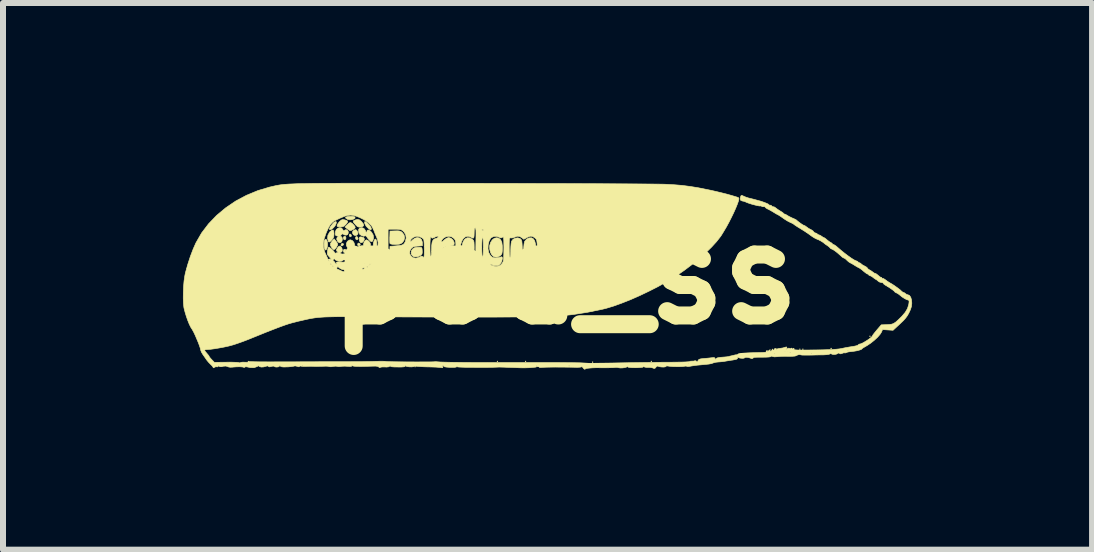
<source format=kicad_pcb>
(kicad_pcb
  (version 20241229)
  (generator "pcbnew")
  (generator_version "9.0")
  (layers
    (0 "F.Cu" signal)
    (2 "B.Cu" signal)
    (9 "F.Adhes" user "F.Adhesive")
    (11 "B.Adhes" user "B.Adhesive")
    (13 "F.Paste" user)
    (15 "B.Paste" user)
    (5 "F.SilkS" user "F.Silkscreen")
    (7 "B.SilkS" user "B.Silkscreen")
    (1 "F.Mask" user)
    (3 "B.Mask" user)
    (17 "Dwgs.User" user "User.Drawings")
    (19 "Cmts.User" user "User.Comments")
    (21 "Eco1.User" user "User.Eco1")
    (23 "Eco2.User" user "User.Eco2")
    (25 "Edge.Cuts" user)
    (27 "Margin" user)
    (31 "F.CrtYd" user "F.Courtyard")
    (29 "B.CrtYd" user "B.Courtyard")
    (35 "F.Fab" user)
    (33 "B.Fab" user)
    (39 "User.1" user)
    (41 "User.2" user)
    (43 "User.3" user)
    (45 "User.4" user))
  (footprint "pod_ss"
    (layer "F.Cu")
    (at 6.366 1.52)
    (property "Reference" "pod_ss" (at 0 0 0) (layer "F.SilkS") (effects (font (size 1.524 1.524) (thickness 0.3))))
    (attr through_hole)
    (fp_poly (pts (xy -2.489 1.543) (xy -2.496 1.549) (xy -2.502 1.543) (xy -2.496 1.537) (xy -2.489 1.543)) (stroke (width 0.01) (type solid)) (fill yes) (layer "F.SilkS"))
    (fp_poly (pts (xy -1.118 1.454) (xy -1.124 1.46) (xy -1.13 1.454) (xy -1.124 1.448) (xy -1.118 1.454)) (stroke (width 0.01) (type solid)) (fill yes) (layer "F.SilkS"))
    (fp_poly (pts (xy -0.648 1.454) (xy -0.654 1.46) (xy -0.66 1.454) (xy -0.654 1.448) (xy -0.648 1.454)) (stroke (width 0.01) (type solid)) (fill yes) (layer "F.SilkS"))
    (fp_poly (pts (xy 0.47 1.467) (xy 0.464 1.473) (xy 0.457 1.467) (xy 0.464 1.46) (xy 0.47 1.467)) (stroke (width 0.01) (type solid)) (fill yes) (layer "F.SilkS"))
    (fp_poly (pts (xy 1.448 1.454) (xy 1.441 1.46) (xy 1.435 1.454) (xy 1.441 1.448) (xy 1.448 1.454)) (stroke (width 0.01) (type solid)) (fill yes) (layer "F.SilkS"))
    (fp_poly (pts (xy 3.785 1.238) (xy 3.778 1.245) (xy 3.772 1.238) (xy 3.778 1.232) (xy 3.785 1.238)) (stroke (width 0.01) (type solid)) (fill yes) (layer "F.SilkS"))
    (fp_poly (pts (xy 3.924 1.251) (xy 3.918 1.257) (xy 3.912 1.251) (xy 3.918 1.245) (xy 3.924 1.251)) (stroke (width 0.01) (type solid)) (fill yes) (layer "F.SilkS"))
    (fp_poly (pts (xy 3.975 1.251) (xy 3.969 1.257) (xy 3.962 1.251) (xy 3.969 1.245) (xy 3.975 1.251)) (stroke (width 0.01) (type solid)) (fill yes) (layer "F.SilkS"))
    (fp_poly (pts (xy 4.445 1.238) (xy 4.439 1.245) (xy 4.432 1.238) (xy 4.439 1.232) (xy 4.445 1.238)) (stroke (width 0.01) (type solid)) (fill yes) (layer "F.SilkS"))
    (fp_poly (pts (xy 5.093 1.035) (xy 5.086 1.041) (xy 5.08 1.035) (xy 5.086 1.029) (xy 5.093 1.035)) (stroke (width 0.01) (type solid)) (fill yes) (layer "F.SilkS"))
    (fp_poly (pts (xy -3.691 -0.503) (xy -3.689 -0.495) (xy -3.7 -0.478) (xy -3.713 -0.472) (xy -3.73 -0.475) (xy -3.732 -0.491) (xy -3.72 -0.509) (xy -3.703 -0.514) (xy -3.691 -0.503)) (stroke (width 0.01) (type solid)) (fill yes) (layer "F.SilkS"))
    (fp_poly (pts (xy -3.56 -0.652) (xy -3.558 -0.643) (xy -3.564 -0.625) (xy -3.574 -0.622) (xy -3.591 -0.633) (xy -3.594 -0.649) (xy -3.587 -0.667) (xy -3.573 -0.668) (xy -3.56 -0.652)) (stroke (width 0.01) (type solid)) (fill yes) (layer "F.SilkS"))
    (fp_poly (pts (xy -3.413 -0.506) (xy -3.41 -0.495) (xy -3.421 -0.477) (xy -3.432 -0.472) (xy -3.45 -0.477) (xy -3.454 -0.495) (xy -3.448 -0.516) (xy -3.432 -0.518) (xy -3.413 -0.506)) (stroke (width 0.01) (type solid)) (fill yes) (layer "F.SilkS"))
    (fp_poly (pts (xy 3.374 1.278) (xy 3.372 1.283) (xy 3.36 1.295) (xy 3.358 1.295) (xy 3.357 1.287) (xy 3.359 1.283) (xy 3.371 1.271) (xy 3.373 1.27) (xy 3.374 1.278)) (stroke (width 0.01) (type solid)) (fill yes) (layer "F.SilkS"))
    (fp_poly (pts (xy -3.459 -0.621) (xy -3.455 -0.617) (xy -3.446 -0.594) (xy -3.455 -0.576) (xy -3.468 -0.572) (xy -3.483 -0.582) (xy -3.488 -0.591) (xy -3.489 -0.615) (xy -3.477 -0.627) (xy -3.459 -0.621)) (stroke (width 0.01) (type solid)) (fill yes) (layer "F.SilkS"))
    (fp_poly (pts (xy -3.661 -0.63) (xy -3.656 -0.626) (xy -3.648 -0.605) (xy -3.653 -0.583) (xy -3.669 -0.572) (xy -3.67 -0.572) (xy -3.686 -0.582) (xy -3.691 -0.591) (xy -3.692 -0.615) (xy -3.679 -0.63) (xy -3.661 -0.63)) (stroke (width 0.01) (type solid)) (fill yes) (layer "F.SilkS"))
    (fp_poly (pts (xy -3.661 -0.414) (xy -3.656 -0.41) (xy -3.648 -0.389) (xy -3.653 -0.367) (xy -3.669 -0.356) (xy -3.67 -0.356) (xy -3.686 -0.366) (xy -3.691 -0.376) (xy -3.692 -0.399) (xy -3.679 -0.414) (xy -3.661 -0.414)) (stroke (width 0.01) (type solid)) (fill yes) (layer "F.SilkS"))
    (fp_poly (pts (xy -3.47 -0.731) (xy -3.461 -0.719) (xy -3.449 -0.691) (xy -3.449 -0.67) (xy -3.468 -0.649) (xy -3.497 -0.644) (xy -3.524 -0.656) (xy -3.542 -0.687) (xy -3.536 -0.715) (xy -3.512 -0.734) (xy -3.486 -0.742) (xy -3.47 -0.731)) (stroke (width 0.01) (type solid)) (fill yes) (layer "F.SilkS"))
    (fp_poly (pts (xy -3.388 -0.62) (xy -3.354 -0.609) (xy -3.341 -0.586) (xy -3.352 -0.555) (xy -3.36 -0.545) (xy -3.382 -0.525) (xy -3.399 -0.524) (xy -3.414 -0.536) (xy -3.425 -0.559) (xy -3.429 -0.588) (xy -3.426 -0.612) (xy -3.414 -0.621) (xy -3.388 -0.62)) (stroke (width 0.01) (type solid)) (fill yes) (layer "F.SilkS"))
    (fp_poly (pts (xy -3.816 -0.551) (xy -3.792 -0.517) (xy -3.787 -0.488) (xy -3.802 -0.457) (xy -3.811 -0.443) (xy -3.834 -0.415) (xy -3.853 -0.409) (xy -3.873 -0.425) (xy -3.885 -0.44) (xy -3.907 -0.477) (xy -3.907 -0.511) (xy -3.884 -0.546) (xy -3.879 -0.553) (xy -3.846 -0.588) (xy -3.816 -0.551)) (stroke (width 0.01) (type solid)) (fill yes) (layer "F.SilkS"))
    (fp_poly (pts (xy -3.549 -0.849) (xy -3.527 -0.828) (xy -3.5 -0.796) (xy -3.495 -0.773) (xy -3.512 -0.754) (xy -3.53 -0.743) (xy -3.561 -0.729) (xy -3.583 -0.727) (xy -3.606 -0.739) (xy -3.626 -0.755) (xy -3.664 -0.785) (xy -3.627 -0.824) (xy -3.596 -0.853) (xy -3.573 -0.861) (xy -3.549 -0.849)) (stroke (width 0.01) (type solid)) (fill yes) (layer "F.SilkS"))
    (fp_poly (pts (xy -3.542 -0.56) (xy -3.518 -0.532) (xy -3.505 -0.496) (xy -3.507 -0.459) (xy -3.52 -0.434) (xy -3.55 -0.421) (xy -3.587 -0.422) (xy -3.619 -0.437) (xy -3.624 -0.442) (xy -3.642 -0.478) (xy -3.641 -0.515) (xy -3.624 -0.548) (xy -3.593 -0.568) (xy -3.573 -0.572) (xy -3.542 -0.56)) (stroke (width 0.01) (type solid)) (fill yes) (layer "F.SilkS"))
    (fp_poly (pts (xy -3.309 -0.867) (xy -3.282 -0.843) (xy -3.255 -0.813) (xy -3.234 -0.783) (xy -3.226 -0.762) (xy -3.229 -0.742) (xy -3.242 -0.739) (xy -3.267 -0.755) (xy -3.286 -0.772) (xy -3.311 -0.798) (xy -3.329 -0.829) (xy -3.339 -0.856) (xy -3.337 -0.873) (xy -3.329 -0.876) (xy -3.309 -0.867)) (stroke (width 0.01) (type solid)) (fill yes) (layer "F.SilkS"))
    (fp_poly (pts (xy -3.147 -0.577) (xy -3.138 -0.547) (xy -3.134 -0.497) (xy -3.134 -0.493) (xy -3.137 -0.445) (xy -3.146 -0.419) (xy -3.16 -0.416) (xy -3.177 -0.437) (xy -3.181 -0.443) (xy -3.193 -0.477) (xy -3.193 -0.51) (xy -3.188 -0.534) (xy -3.173 -0.572) (xy -3.159 -0.586) (xy -3.147 -0.577)) (stroke (width 0.01) (type solid)) (fill yes) (layer "F.SilkS"))
    (fp_poly (pts (xy -3.973 -0.574) (xy -3.962 -0.551) (xy -3.956 -0.518) (xy -3.955 -0.481) (xy -3.961 -0.445) (xy -3.965 -0.433) (xy -3.978 -0.407) (xy -3.989 -0.402) (xy -3.997 -0.408) (xy -4.007 -0.43) (xy -4.012 -0.468) (xy -4.013 -0.51) (xy -4.009 -0.548) (xy -4.002 -0.57) (xy -3.987 -0.582) (xy -3.973 -0.574)) (stroke (width 0.01) (type solid)) (fill yes) (layer "F.SilkS"))
    (fp_poly (pts (xy -3.851 -0.712) (xy -3.848 -0.673) (xy -3.851 -0.629) (xy -3.863 -0.598) (xy -3.884 -0.571) (xy -3.912 -0.544) (xy -3.929 -0.535) (xy -3.939 -0.54) (xy -3.941 -0.543) (xy -3.956 -0.595) (xy -3.95 -0.649) (xy -3.922 -0.699) (xy -3.912 -0.711) (xy -3.882 -0.734) (xy -3.862 -0.735) (xy -3.851 -0.712)) (stroke (width 0.01) (type solid)) (fill yes) (layer "F.SilkS"))
    (fp_poly (pts (xy -3.808 -0.869) (xy -3.813 -0.841) (xy -3.814 -0.837) (xy -3.831 -0.805) (xy -3.855 -0.776) (xy -3.881 -0.753) (xy -3.904 -0.741) (xy -3.92 -0.741) (xy -3.924 -0.753) (xy -3.917 -0.774) (xy -3.898 -0.805) (xy -3.874 -0.836) (xy -3.852 -0.86) (xy -3.845 -0.866) (xy -3.819 -0.877) (xy -3.808 -0.869)) (stroke (width 0.01) (type solid)) (fill yes) (layer "F.SilkS"))
    (fp_poly (pts (xy -3.544 -0.964) (xy -3.512 -0.959) (xy -3.498 -0.951) (xy -3.498 -0.933) (xy -3.517 -0.919) (xy -3.547 -0.909) (xy -3.582 -0.905) (xy -3.615 -0.911) (xy -3.626 -0.916) (xy -3.651 -0.932) (xy -3.657 -0.942) (xy -3.647 -0.951) (xy -3.645 -0.953) (xy -3.62 -0.961) (xy -3.583 -0.964) (xy -3.544 -0.964)) (stroke (width 0.01) (type solid)) (fill yes) (layer "F.SilkS"))
    (fp_poly (pts (xy -3.428 -0.907) (xy -3.396 -0.883) (xy -3.39 -0.877) (xy -3.36 -0.84) (xy -3.353 -0.811) (xy -3.37 -0.793) (xy -3.4 -0.785) (xy -3.432 -0.784) (xy -3.457 -0.793) (xy -3.484 -0.818) (xy -3.489 -0.824) (xy -3.518 -0.857) (xy -3.528 -0.877) (xy -3.521 -0.891) (xy -3.498 -0.902) (xy -3.458 -0.913) (xy -3.428 -0.907)) (stroke (width 0.01) (type solid)) (fill yes) (layer "F.SilkS"))
    (fp_poly (pts (xy -1.867 -0.442) (xy -1.845 -0.419) (xy -1.841 -0.4) (xy -1.852 -0.349) (xy -1.884 -0.311) (xy -1.905 -0.299) (xy -1.942 -0.283) (xy -1.973 -0.283) (xy -2.004 -0.295) (xy -2.033 -0.32) (xy -2.042 -0.352) (xy -2.033 -0.387) (xy -2.007 -0.419) (xy -1.967 -0.441) (xy -1.957 -0.444) (xy -1.906 -0.451) (xy -1.867 -0.442)) (stroke (width 0.01) (type solid)) (fill yes) (layer "F.SilkS"))
    (fp_poly (pts (xy -3.679 -0.907) (xy -3.679 -0.907) (xy -3.638 -0.896) (xy -3.621 -0.883) (xy -3.625 -0.862) (xy -3.65 -0.829) (xy -3.652 -0.826) (xy -3.679 -0.801) (xy -3.708 -0.789) (xy -3.741 -0.787) (xy -3.777 -0.789) (xy -3.794 -0.797) (xy -3.797 -0.81) (xy -3.789 -0.832) (xy -3.768 -0.862) (xy -3.758 -0.874) (xy -3.73 -0.9) (xy -3.707 -0.91) (xy -3.679 -0.907)) (stroke (width 0.01) (type solid)) (fill yes) (layer "F.SilkS"))
    (fp_poly (pts (xy -2.401 -0.448) (xy -2.386 -0.44) (xy -2.38 -0.423) (xy -2.378 -0.394) (xy -2.377 -0.391) (xy -2.377 -0.352) (xy -2.384 -0.329) (xy -2.402 -0.313) (xy -2.403 -0.313) (xy -2.456 -0.289) (xy -2.506 -0.288) (xy -2.527 -0.295) (xy -2.555 -0.321) (xy -2.564 -0.355) (xy -2.557 -0.391) (xy -2.535 -0.422) (xy -2.501 -0.442) (xy -2.48 -0.446) (xy -2.43 -0.449) (xy -2.401 -0.448)) (stroke (width 0.01) (type solid)) (fill yes) (layer "F.SilkS"))
    (fp_poly (pts (xy -2.751 -0.718) (xy -2.728 -0.708) (xy -2.71 -0.694) (xy -2.68 -0.654) (xy -2.671 -0.606) (xy -2.683 -0.56) (xy -2.709 -0.526) (xy -2.734 -0.508) (xy -2.763 -0.499) (xy -2.805 -0.496) (xy -2.827 -0.495) (xy -2.879 -0.498) (xy -2.908 -0.505) (xy -2.916 -0.512) (xy -2.918 -0.533) (xy -2.919 -0.571) (xy -2.919 -0.618) (xy -2.918 -0.623) (xy -2.915 -0.718) (xy -2.83 -0.721) (xy -2.782 -0.722) (xy -2.751 -0.718)) (stroke (width 0.01) (type solid)) (fill yes) (layer "F.SilkS"))
    (fp_poly (pts (xy -1.586 -0.605) (xy -1.545 -0.583) (xy -1.529 -0.569) (xy -1.519 -0.553) (xy -1.514 -0.529) (xy -1.512 -0.491) (xy -1.511 -0.445) (xy -1.512 -0.39) (xy -1.514 -0.355) (xy -1.52 -0.333) (xy -1.531 -0.318) (xy -1.545 -0.306) (xy -1.59 -0.283) (xy -1.636 -0.285) (xy -1.655 -0.294) (xy -1.684 -0.324) (xy -1.703 -0.37) (xy -1.713 -0.427) (xy -1.711 -0.486) (xy -1.697 -0.539) (xy -1.668 -0.584) (xy -1.629 -0.606) (xy -1.586 -0.605)) (stroke (width 0.01) (type solid)) (fill yes) (layer "F.SilkS"))
    (fp_poly (pts (xy -1.1 -0.598) (xy -1.07 -0.573) (xy -1.051 -0.535) (xy -1.043 -0.478) (xy -1.041 -0.439) (xy -1.043 -0.382) (xy -1.048 -0.346) (xy -1.06 -0.322) (xy -1.081 -0.305) (xy -1.093 -0.298) (xy -1.131 -0.283) (xy -1.162 -0.284) (xy -1.19 -0.295) (xy -1.217 -0.32) (xy -1.239 -0.362) (xy -1.252 -0.413) (xy -1.254 -0.464) (xy -1.254 -0.472) (xy -1.238 -0.528) (xy -1.21 -0.571) (xy -1.174 -0.599) (xy -1.133 -0.607) (xy -1.1 -0.598)) (stroke (width 0.01) (type solid)) (fill yes) (layer "F.SilkS"))
    (fp_poly (pts (xy -3.281 -0.561) (xy -3.255 -0.535) (xy -3.24 -0.503) (xy -3.239 -0.491) (xy -3.25 -0.456) (xy -3.278 -0.429) (xy -3.313 -0.419) (xy -3.334 -0.412) (xy -3.34 -0.401) (xy -3.352 -0.382) (xy -3.382 -0.37) (xy -3.405 -0.368) (xy -3.423 -0.373) (xy -3.428 -0.392) (xy -3.427 -0.408) (xy -3.416 -0.444) (xy -3.397 -0.464) (xy -3.375 -0.465) (xy -3.358 -0.452) (xy -3.344 -0.436) (xy -3.341 -0.441) (xy -3.349 -0.463) (xy -3.353 -0.471) (xy -3.357 -0.498) (xy -3.348 -0.531) (xy -3.331 -0.558) (xy -3.31 -0.571) (xy -3.308 -0.572) (xy -3.281 -0.561)) (stroke (width 0.01) (type solid)) (fill yes) (layer "F.SilkS"))
    (fp_poly (pts (xy -3.35 -0.763) (xy -3.325 -0.729) (xy -3.314 -0.695) (xy -3.305 -0.654) (xy -3.303 -0.695) (xy -3.296 -0.727) (xy -3.277 -0.737) (xy -3.249 -0.725) (xy -3.221 -0.698) (xy -3.195 -0.653) (xy -3.188 -0.605) (xy -3.199 -0.561) (xy -3.204 -0.554) (xy -3.216 -0.541) (xy -3.23 -0.542) (xy -3.251 -0.561) (xy -3.253 -0.562) (xy -3.281 -0.592) (xy -3.301 -0.621) (xy -3.301 -0.621) (xy -3.317 -0.64) (xy -3.331 -0.637) (xy -3.357 -0.632) (xy -3.387 -0.642) (xy -3.417 -0.661) (xy -3.433 -0.691) (xy -3.436 -0.705) (xy -3.438 -0.745) (xy -3.422 -0.767) (xy -3.387 -0.774) (xy -3.383 -0.775) (xy -3.35 -0.763)) (stroke (width 0.01) (type solid)) (fill yes) (layer "F.SilkS"))
    (fp_poly (pts (xy -3.72 -0.767) (xy -3.701 -0.742) (xy -3.699 -0.737) (xy -3.692 -0.72) (xy -3.679 -0.726) (xy -3.674 -0.731) (xy -3.649 -0.742) (xy -3.626 -0.734) (xy -3.611 -0.71) (xy -3.609 -0.688) (xy -3.62 -0.66) (xy -3.644 -0.65) (xy -3.673 -0.653) (xy -3.689 -0.663) (xy -3.702 -0.673) (xy -3.718 -0.664) (xy -3.725 -0.657) (xy -3.739 -0.64) (xy -3.735 -0.63) (xy -3.728 -0.627) (xy -3.713 -0.61) (xy -3.709 -0.58) (xy -3.715 -0.55) (xy -3.724 -0.536) (xy -3.75 -0.522) (xy -3.776 -0.533) (xy -3.791 -0.551) (xy -3.804 -0.585) (xy -3.796 -0.613) (xy -3.774 -0.626) (xy -3.768 -0.631) (xy -3.786 -0.633) (xy -3.786 -0.634) (xy -3.815 -0.641) (xy -3.828 -0.662) (xy -3.826 -0.701) (xy -3.824 -0.712) (xy -3.808 -0.746) (xy -3.781 -0.767) (xy -3.749 -0.775) (xy -3.72 -0.767)) (stroke (width 0.01) (type solid)) (fill yes) (layer "F.SilkS"))
    (fp_poly (pts (xy -2.956 -1.515) (xy -2.717 -1.515) (xy -2.456 -1.515) (xy -2.172 -1.514) (xy -1.865 -1.514) (xy -1.556 -1.514) (xy -1.279 -1.513) (xy -1.007 -1.513) (xy -0.741 -1.512) (xy -0.482 -1.511) (xy -0.231 -1.511) (xy 0.01 -1.51) (xy 0.24 -1.509) (xy 0.457 -1.508) (xy 0.662 -1.507) (xy 0.851 -1.506) (xy 1.025 -1.505) (xy 1.182 -1.504) (xy 1.32 -1.503) (xy 1.438 -1.502) (xy 1.536 -1.501) (xy 1.611 -1.5) (xy 1.663 -1.499) (xy 1.683 -1.498) (xy 1.826 -1.49) (xy 1.958 -1.479) (xy 2.087 -1.462) (xy 2.219 -1.441) (xy 2.364 -1.412) (xy 2.442 -1.396) (xy 2.525 -1.377) (xy 2.608 -1.357) (xy 2.688 -1.337) (xy 2.76 -1.317) (xy 2.822 -1.299) (xy 2.868 -1.285) (xy 2.895 -1.274) (xy 2.899 -1.271) (xy 2.902 -1.252) (xy 2.893 -1.215) (xy 2.874 -1.162) (xy 2.848 -1.098) (xy 2.815 -1.024) (xy 2.777 -0.946) (xy 2.736 -0.865) (xy 2.693 -0.786) (xy 2.649 -0.712) (xy 2.608 -0.645) (xy 2.594 -0.625) (xy 2.53 -0.543) (xy 2.447 -0.452) (xy 2.348 -0.355) (xy 2.237 -0.256) (xy 2.117 -0.158) (xy 1.991 -0.063) (xy 1.864 0.025) (xy 1.822 0.052) (xy 1.691 0.131) (xy 1.549 0.21) (xy 1.399 0.286) (xy 1.246 0.359) (xy 1.094 0.426) (xy 0.947 0.484) (xy 0.811 0.533) (xy 0.688 0.57) (xy 0.627 0.585) (xy 0.377 0.636) (xy 0.141 0.673) (xy -0.077 0.697) (xy -0.119 0.7) (xy -0.178 0.703) (xy -0.262 0.706) (xy -0.37 0.708) (xy -0.499 0.71) (xy -0.65 0.712) (xy -0.822 0.714) (xy -1.013 0.715) (xy -1.222 0.716) (xy -1.449 0.716) (xy -1.691 0.716) (xy -1.95 0.716) (xy -2.222 0.715) (xy -2.508 0.714) (xy -2.806 0.713) (xy -3.023 0.712) (xy -3.212 0.71) (xy -3.379 0.71) (xy -3.524 0.709) (xy -3.649 0.709) (xy -3.758 0.709) (xy -3.851 0.71) (xy -3.932 0.712) (xy -4.001 0.714) (xy -4.062 0.718) (xy -4.115 0.722) (xy -4.164 0.728) (xy -4.209 0.735) (xy -4.254 0.743) (xy -4.301 0.753) (xy -4.35 0.764) (xy -4.405 0.777) (xy -4.43 0.782) (xy -4.489 0.797) (xy -4.544 0.811) (xy -4.6 0.827) (xy -4.658 0.846) (xy -4.722 0.869) (xy -4.795 0.896) (xy -4.88 0.929) (xy -4.98 0.968) (xy -5.098 1.016) (xy -5.207 1.06) (xy -5.286 1.092) (xy -5.367 1.123) (xy -5.443 1.15) (xy -5.508 1.172) (xy -5.537 1.181) (xy -5.604 1.199) (xy -5.682 1.216) (xy -5.763 1.231) (xy -5.841 1.244) (xy -5.909 1.253) (xy -5.96 1.257) (xy -5.966 1.257) (xy -5.995 1.26) (xy -6.005 1.269) (xy -5.995 1.288) (xy -5.969 1.319) (xy -5.946 1.346) (xy -5.932 1.365) (xy -5.931 1.369) (xy -5.923 1.383) (xy -5.902 1.408) (xy -5.887 1.424) (xy -5.843 1.47) (xy -5.642 1.468) (xy -5.571 1.467) (xy -5.509 1.469) (xy -5.462 1.471) (xy -5.432 1.475) (xy -5.426 1.477) (xy -5.412 1.482) (xy -5.41 1.476) (xy -5.399 1.47) (xy -5.367 1.467) (xy -5.34 1.468) (xy -5.298 1.469) (xy -5.279 1.465) (xy -5.278 1.458) (xy -5.279 1.45) (xy -5.271 1.454) (xy -5.264 1.456) (xy -5.25 1.458) (xy -5.226 1.459) (xy -5.192 1.46) (xy -5.145 1.461) (xy -5.084 1.462) (xy -5.007 1.462) (xy -4.912 1.463) (xy -4.799 1.462) (xy -4.664 1.462) (xy -4.507 1.462) (xy -4.381 1.461) (xy -4.299 1.461) (xy -4.198 1.461) (xy -4.083 1.46) (xy -3.962 1.46) (xy -3.84 1.46) (xy -3.724 1.46) (xy -3.715 1.46) (xy -3.607 1.46) (xy -3.499 1.459) (xy -3.396 1.459) (xy -3.303 1.457) (xy -3.224 1.456) (xy -3.165 1.454) (xy -3.152 1.454) (xy -3.091 1.452) (xy -3.039 1.452) (xy -3 1.453) (xy -2.982 1.456) (xy -2.982 1.456) (xy -2.967 1.457) (xy -2.931 1.459) (xy -2.876 1.46) (xy -2.808 1.461) (xy -2.729 1.462) (xy -2.643 1.463) (xy -2.554 1.463) (xy -2.466 1.464) (xy -2.382 1.463) (xy -2.306 1.463) (xy -2.243 1.463) (xy -2.194 1.462) (xy -2.165 1.46) (xy -2.159 1.46) (xy -2.142 1.46) (xy -2.141 1.46) (xy -2.117 1.462) (xy -2.074 1.465) (xy -2.011 1.467) (xy -1.927 1.469) (xy -1.823 1.47) (xy -1.698 1.472) (xy -1.55 1.473) (xy -1.38 1.473) (xy -1.187 1.474) (xy -0.971 1.474) (xy -0.73 1.474) (xy -0.465 1.474) (xy -0.318 1.474) (xy -0.203 1.474) (xy -0.091 1.474) (xy 0.014 1.475) (xy 0.109 1.476) (xy 0.189 1.477) (xy 0.251 1.478) (xy 0.292 1.48) (xy 0.292 1.48) (xy 0.347 1.483) (xy 0.393 1.486) (xy 0.424 1.487) (xy 0.432 1.487) (xy 0.448 1.487) (xy 0.487 1.486) (xy 0.546 1.485) (xy 0.622 1.484) (xy 0.713 1.483) (xy 0.815 1.481) (xy 0.925 1.479) (xy 0.978 1.478) (xy 1.106 1.476) (xy 1.238 1.474) (xy 1.37 1.472) (xy 1.496 1.471) (xy 1.612 1.469) (xy 1.713 1.469) (xy 1.793 1.468) (xy 1.794 1.468) (xy 1.876 1.467) (xy 1.95 1.466) (xy 2.01 1.464) (xy 2.055 1.461) (xy 2.079 1.459) (xy 2.083 1.457) (xy 2.094 1.451) (xy 2.118 1.45) (xy 2.149 1.449) (xy 2.168 1.444) (xy 2.186 1.445) (xy 2.194 1.455) (xy 2.204 1.465) (xy 2.213 1.456) (xy 2.219 1.444) (xy 2.228 1.429) (xy 2.242 1.419) (xy 2.267 1.412) (xy 2.309 1.407) (xy 2.345 1.404) (xy 2.399 1.399) (xy 2.444 1.394) (xy 2.474 1.391) (xy 2.48 1.39) (xy 2.499 1.395) (xy 2.502 1.407) (xy 2.505 1.422) (xy 2.514 1.414) (xy 2.518 1.41) (xy 2.542 1.396) (xy 2.584 1.388) (xy 2.603 1.386) (xy 2.658 1.382) (xy 2.702 1.378) (xy 2.729 1.374) (xy 2.737 1.372) (xy 2.747 1.368) (xy 2.762 1.365) (xy 2.793 1.358) (xy 2.819 1.351) (xy 2.847 1.345) (xy 2.863 1.345) (xy 2.879 1.338) (xy 2.882 1.335) (xy 2.899 1.327) (xy 3.493 1.327) (xy 3.499 1.333) (xy 3.505 1.327) (xy 4.102 1.327) (xy 4.108 1.333) (xy 4.115 1.327) (xy 4.108 1.321) (xy 4.102 1.327) (xy 3.505 1.327) (xy 3.499 1.321) (xy 3.493 1.327) (xy 2.899 1.327) (xy 2.9 1.327) (xy 2.941 1.32) (xy 3.005 1.315) (xy 3.089 1.311) (xy 3.193 1.308) (xy 3.226 1.307) (xy 3.29 1.306) (xy 3.334 1.303) (xy 3.35 1.3) (xy 3.751 1.3) (xy 3.752 1.307) (xy 3.759 1.308) (xy 3.77 1.303) (xy 3.768 1.3) (xy 3.753 1.298) (xy 3.751 1.3) (xy 3.35 1.3) (xy 3.363 1.297) (xy 3.383 1.288) (xy 3.393 1.281) (xy 3.416 1.262) (xy 3.425 1.26) (xy 3.422 1.274) (xy 3.421 1.276) (xy 3.421 1.29) (xy 3.434 1.288) (xy 3.435 1.287) (xy 3.662 1.287) (xy 3.664 1.294) (xy 3.67 1.295) (xy 3.681 1.291) (xy 3.68 1.289) (xy 3.708 1.289) (xy 3.715 1.295) (xy 3.721 1.289) (xy 3.715 1.283) (xy 3.708 1.289) (xy 3.68 1.289) (xy 3.679 1.287) (xy 3.664 1.285) (xy 3.662 1.287) (xy 3.435 1.287) (xy 3.446 1.276) (xy 4.712 1.276) (xy 4.718 1.283) (xy 4.724 1.276) (xy 4.718 1.27) (xy 4.712 1.276) (xy 3.446 1.276) (xy 3.452 1.27) (xy 3.455 1.259) (xy 3.459 1.248) (xy 3.463 1.254) (xy 3.477 1.269) (xy 3.482 1.27) (xy 3.489 1.262) (xy 3.487 1.259) (xy 3.492 1.247) (xy 3.505 1.241) (xy 3.523 1.24) (xy 3.522 1.248) (xy 3.522 1.255) (xy 3.532 1.25) (xy 3.556 1.242) (xy 3.592 1.236) (xy 3.597 1.236) (xy 3.636 1.23) (xy 3.666 1.221) (xy 3.669 1.22) (xy 3.693 1.213) (xy 3.702 1.222) (xy 3.692 1.242) (xy 3.684 1.254) (xy 3.692 1.252) (xy 3.705 1.244) (xy 3.733 1.233) (xy 3.757 1.24) (xy 3.787 1.248) (xy 3.803 1.241) (xy 3.82 1.235) (xy 3.82 1.245) (xy 3.819 1.249) (xy 3.819 1.254) (xy 3.825 1.259) (xy 3.839 1.262) (xy 3.866 1.264) (xy 3.906 1.266) (xy 3.963 1.266) (xy 4.04 1.265) (xy 4.139 1.264) (xy 4.169 1.264) (xy 4.29 1.262) (xy 4.389 1.259) (xy 4.468 1.256) (xy 4.53 1.251) (xy 4.578 1.246) (xy 4.616 1.239) (xy 4.616 1.239) (xy 4.679 1.226) (xy 4.747 1.214) (xy 4.793 1.207) (xy 4.838 1.199) (xy 4.873 1.19) (xy 4.889 1.181) (xy 4.89 1.181) (xy 4.903 1.168) (xy 4.907 1.167) (xy 4.932 1.162) (xy 4.969 1.146) (xy 5.012 1.121) (xy 5.056 1.093) (xy 5.094 1.065) (xy 5.121 1.04) (xy 5.131 1.023) (xy 5.138 1.01) (xy 5.159 0.983) (xy 5.189 0.946) (xy 5.203 0.929) (xy 5.275 0.845) (xy 5.369 0.842) (xy 5.416 0.839) (xy 5.453 0.833) (xy 5.485 0.82) (xy 5.519 0.797) (xy 5.559 0.761) (xy 5.61 0.711) (xy 5.619 0.702) (xy 5.675 0.636) (xy 5.712 0.573) (xy 5.733 0.505) (xy 5.737 0.479) (xy 5.739 0.447) (xy 5.732 0.434) (xy 5.722 0.432) (xy 5.697 0.424) (xy 5.661 0.405) (xy 5.621 0.379) (xy 5.616 0.375) (xy 5.702 0.375) (xy 5.709 0.381) (xy 5.715 0.375) (xy 5.709 0.368) (xy 5.702 0.375) (xy 5.616 0.375) (xy 5.585 0.35) (xy 5.581 0.346) (xy 5.551 0.324) (xy 5.527 0.312) (xy 5.505 0.301) (xy 5.499 0.293) (xy 5.489 0.282) (xy 5.463 0.261) (xy 5.426 0.235) (xy 5.383 0.207) (xy 5.366 0.197) (xy 5.448 0.197) (xy 5.455 0.203) (xy 5.461 0.197) (xy 5.455 0.191) (xy 5.448 0.197) (xy 5.366 0.197) (xy 5.34 0.182) (xy 5.338 0.18) (xy 5.316 0.164) (xy 5.309 0.152) (xy 5.298 0.143) (xy 5.277 0.14) (xy 5.244 0.131) (xy 5.22 0.114) (xy 5.199 0.096) (xy 5.187 0.089) (xy 5.173 0.081) (xy 5.148 0.063) (xy 5.141 0.057) (xy 5.112 0.036) (xy 5.089 0.026) (xy 5.085 0.025) (xy 5.069 0.018) (xy 5.067 0.013) (xy 5.057 0.001) (xy 5.051 0) (xy 5.032 -0.008) (xy 5.004 -0.029) (xy 4.984 -0.045) (xy 4.95 -0.074) (xy 4.92 -0.096) (xy 4.909 -0.102) (xy 4.882 -0.116) (xy 4.846 -0.137) (xy 4.832 -0.146) (xy 4.796 -0.168) (xy 4.765 -0.185) (xy 4.756 -0.189) (xy 4.73 -0.206) (xy 4.701 -0.232) (xy 4.7 -0.234) (xy 4.676 -0.256) (xy 4.658 -0.266) (xy 4.657 -0.267) (xy 4.638 -0.274) (xy 4.624 -0.285) (xy 4.579 -0.325) (xy 4.547 -0.353) (xy 4.521 -0.374) (xy 4.498 -0.391) (xy 4.47 -0.409) (xy 4.449 -0.419) (xy 4.446 -0.419) (xy 4.429 -0.429) (xy 4.423 -0.436) (xy 4.406 -0.454) (xy 4.378 -0.475) (xy 4.375 -0.477) (xy 4.348 -0.495) (xy 4.332 -0.507) (xy 4.331 -0.508) (xy 4.307 -0.528) (xy 4.269 -0.552) (xy 4.229 -0.573) (xy 4.205 -0.582) (xy 4.171 -0.598) (xy 4.128 -0.624) (xy 4.097 -0.646) (xy 4.055 -0.677) (xy 4.013 -0.705) (xy 4.077 -0.705) (xy 4.083 -0.699) (xy 4.089 -0.705) (xy 4.083 -0.711) (xy 4.077 -0.705) (xy 4.013 -0.705) (xy 4.001 -0.713) (xy 3.945 -0.748) (xy 3.931 -0.757) (xy 3.886 -0.784) (xy 3.849 -0.808) (xy 3.827 -0.823) (xy 3.822 -0.827) (xy 3.808 -0.838) (xy 3.777 -0.854) (xy 3.756 -0.863) (xy 3.708 -0.888) (xy 3.659 -0.919) (xy 3.642 -0.931) (xy 3.604 -0.958) (xy 3.57 -0.98) (xy 3.556 -0.988) (xy 3.525 -1.004) (xy 3.487 -1.027) (xy 3.473 -1.036) (xy 3.432 -1.06) (xy 3.391 -1.082) (xy 3.381 -1.086) (xy 3.354 -1.102) (xy 3.34 -1.115) (xy 3.34 -1.117) (xy 3.33 -1.125) (xy 3.315 -1.124) (xy 3.291 -1.125) (xy 3.282 -1.131) (xy 3.268 -1.138) (xy 3.264 -1.137) (xy 3.246 -1.136) (xy 3.211 -1.142) (xy 3.166 -1.153) (xy 3.117 -1.166) (xy 3.07 -1.181) (xy 3.034 -1.194) (xy 3.026 -1.198) (xy 2.991 -1.213) (xy 2.961 -1.219) (xy 2.959 -1.219) (xy 2.933 -1.229) (xy 2.923 -1.255) (xy 2.929 -1.288) (xy 2.938 -1.309) (xy 2.951 -1.313) (xy 2.976 -1.302) (xy 2.977 -1.301) (xy 3.017 -1.284) (xy 3.06 -1.27) (xy 3.06 -1.27) (xy 3.145 -1.249) (xy 3.215 -1.23) (xy 3.266 -1.216) (xy 3.295 -1.206) (xy 3.296 -1.206) (xy 3.326 -1.195) (xy 3.362 -1.181) (xy 3.362 -1.181) (xy 3.39 -1.168) (xy 3.403 -1.156) (xy 3.404 -1.155) (xy 3.413 -1.149) (xy 3.421 -1.15) (xy 3.44 -1.147) (xy 3.446 -1.138) (xy 3.46 -1.124) (xy 3.47 -1.124) (xy 3.49 -1.121) (xy 3.516 -1.104) (xy 3.518 -1.102) (xy 3.551 -1.077) (xy 3.591 -1.052) (xy 3.597 -1.048) (xy 3.627 -1.03) (xy 3.643 -1.016) (xy 3.645 -1.013) (xy 3.655 -1.004) (xy 3.659 -1.003) (xy 3.678 -0.997) (xy 3.706 -0.981) (xy 3.706 -0.98) (xy 3.739 -0.961) (xy 3.782 -0.94) (xy 3.797 -0.933) (xy 3.832 -0.918) (xy 3.856 -0.905) (xy 3.861 -0.902) (xy 3.88 -0.884) (xy 3.91 -0.861) (xy 3.942 -0.838) (xy 3.97 -0.82) (xy 3.986 -0.813) (xy 3.986 -0.813) (xy 4.005 -0.805) (xy 4.016 -0.797) (xy 4.064 -0.762) (xy 4.112 -0.737) (xy 4.137 -0.72) (xy 4.148 -0.705) (xy 4.166 -0.689) (xy 4.179 -0.686) (xy 4.2 -0.679) (xy 4.206 -0.672) (xy 4.221 -0.659) (xy 4.233 -0.656) (xy 4.26 -0.645) (xy 4.281 -0.631) (xy 4.304 -0.615) (xy 4.317 -0.61) (xy 4.333 -0.602) (xy 4.359 -0.582) (xy 4.371 -0.571) (xy 4.402 -0.546) (xy 4.429 -0.529) (xy 4.435 -0.526) (xy 4.454 -0.515) (xy 4.458 -0.507) (xy 4.468 -0.496) (xy 4.475 -0.495) (xy 4.494 -0.487) (xy 4.523 -0.467) (xy 4.538 -0.454) (xy 4.599 -0.401) (xy 4.662 -0.35) (xy 4.724 -0.303) (xy 4.779 -0.264) (xy 4.824 -0.236) (xy 4.855 -0.222) (xy 4.856 -0.222) (xy 4.881 -0.212) (xy 4.889 -0.202) (xy 4.9 -0.192) (xy 4.908 -0.191) (xy 4.931 -0.181) (xy 4.936 -0.175) (xy 4.954 -0.159) (xy 4.985 -0.141) (xy 4.994 -0.137) (xy 5.024 -0.12) (xy 5.041 -0.106) (xy 5.042 -0.102) (xy 5.052 -0.089) (xy 5.077 -0.071) (xy 5.083 -0.069) (xy 5.115 -0.049) (xy 5.139 -0.031) (xy 5.141 -0.03) (xy 5.162 -0.015) (xy 5.173 -0.013) (xy 5.191 -0.005) (xy 5.218 0.016) (xy 5.228 0.025) (xy 5.254 0.046) (xy 5.272 0.055) (xy 5.275 0.054) (xy 5.283 0.056) (xy 5.283 0.062) (xy 5.29 0.072) (xy 5.295 0.071) (xy 5.311 0.073) (xy 5.337 0.089) (xy 5.342 0.093) (xy 5.377 0.119) (xy 5.411 0.141) (xy 5.411 0.141) (xy 5.455 0.166) (xy 5.503 0.198) (xy 5.549 0.231) (xy 5.587 0.26) (xy 5.606 0.278) (xy 5.629 0.298) (xy 5.646 0.305) (xy 5.666 0.314) (xy 5.677 0.324) (xy 5.701 0.34) (xy 5.715 0.343) (xy 5.744 0.354) (xy 5.766 0.385) (xy 5.779 0.429) (xy 5.784 0.483) (xy 5.778 0.539) (xy 5.761 0.592) (xy 5.734 0.65) (xy 5.709 0.694) (xy 5.681 0.732) (xy 5.646 0.772) (xy 5.597 0.819) (xy 5.583 0.832) (xy 5.471 0.936) (xy 5.384 0.93) (xy 5.296 0.924) (xy 5.278 0.967) (xy 5.253 1.006) (xy 5.212 1.053) (xy 5.159 1.102) (xy 5.099 1.15) (xy 5.038 1.191) (xy 5.012 1.206) (xy 4.979 1.225) (xy 4.957 1.24) (xy 4.953 1.245) (xy 4.942 1.255) (xy 4.911 1.266) (xy 4.869 1.277) (xy 4.822 1.285) (xy 4.776 1.291) (xy 4.776 1.291) (xy 4.735 1.295) (xy 4.705 1.302) (xy 4.695 1.307) (xy 4.674 1.314) (xy 4.667 1.312) (xy 4.643 1.313) (xy 4.623 1.321) (xy 4.596 1.329) (xy 4.579 1.321) (xy 4.561 1.314) (xy 4.554 1.319) (xy 4.535 1.331) (xy 4.502 1.339) (xy 4.469 1.339) (xy 4.45 1.332) (xy 4.428 1.325) (xy 4.416 1.332) (xy 4.396 1.338) (xy 4.358 1.343) (xy 4.308 1.346) (xy 4.279 1.346) (xy 4.208 1.347) (xy 4.129 1.349) (xy 4.058 1.35) (xy 4.047 1.35) (xy 3.996 1.35) (xy 3.956 1.349) (xy 3.933 1.346) (xy 3.929 1.344) (xy 3.914 1.34) (xy 3.888 1.345) (xy 3.861 1.356) (xy 3.853 1.361) (xy 3.835 1.366) (xy 3.797 1.369) (xy 3.748 1.37) (xy 3.726 1.37) (xy 3.665 1.369) (xy 3.603 1.371) (xy 3.554 1.375) (xy 3.545 1.376) (xy 3.492 1.379) (xy 3.461 1.372) (xy 3.459 1.371) (xy 3.444 1.363) (xy 3.442 1.369) (xy 3.433 1.376) (xy 3.406 1.381) (xy 3.357 1.384) (xy 3.286 1.385) (xy 3.277 1.385) (xy 3.218 1.385) (xy 3.18 1.386) (xy 3.156 1.388) (xy 3.143 1.394) (xy 3.135 1.402) (xy 3.135 1.403) (xy 3.117 1.408) (xy 3.096 1.401) (xy 3.065 1.391) (xy 3.033 1.386) (xy 3.007 1.388) (xy 2.997 1.395) (xy 2.986 1.401) (xy 2.961 1.403) (xy 2.931 1.401) (xy 2.906 1.396) (xy 2.899 1.392) (xy 2.884 1.385) (xy 2.874 1.389) (xy 2.876 1.396) (xy 2.878 1.407) (xy 2.868 1.416) (xy 2.84 1.424) (xy 2.792 1.433) (xy 2.773 1.435) (xy 2.724 1.443) (xy 2.681 1.45) (xy 2.654 1.455) (xy 2.622 1.459) (xy 2.579 1.463) (xy 2.559 1.464) (xy 2.516 1.469) (xy 2.48 1.478) (xy 2.469 1.482) (xy 2.444 1.491) (xy 2.402 1.499) (xy 2.355 1.504) (xy 2.271 1.512) (xy 2.205 1.518) (xy 2.153 1.525) (xy 2.107 1.532) (xy 2.092 1.535) (xy 2.057 1.54) (xy 2.036 1.539) (xy 2.032 1.536) (xy 2.022 1.532) (xy 1.997 1.535) (xy 1.965 1.54) (xy 1.916 1.542) (xy 1.859 1.542) (xy 1.802 1.541) (xy 1.753 1.537) (xy 1.72 1.532) (xy 1.718 1.532) (xy 1.695 1.529) (xy 1.689 1.536) (xy 1.678 1.544) (xy 1.651 1.549) (xy 1.616 1.548) (xy 1.582 1.544) (xy 1.562 1.537) (xy 1.541 1.532) (xy 1.522 1.547) (xy 1.519 1.552) (xy 1.501 1.571) (xy 1.48 1.57) (xy 1.47 1.565) (xy 1.439 1.557) (xy 1.398 1.554) (xy 1.391 1.555) (xy 1.354 1.554) (xy 1.328 1.548) (xy 1.324 1.546) (xy 1.31 1.541) (xy 1.308 1.546) (xy 1.296 1.552) (xy 1.263 1.556) (xy 1.214 1.559) (xy 1.181 1.56) (xy 1.123 1.559) (xy 1.08 1.556) (xy 1.057 1.551) (xy 1.054 1.548) (xy 1.045 1.542) (xy 1.032 1.548) (xy 1.003 1.557) (xy 0.964 1.563) (xy 0.925 1.564) (xy 0.897 1.56) (xy 0.894 1.559) (xy 0.872 1.554) (xy 0.84 1.555) (xy 0.837 1.556) (xy 0.801 1.559) (xy 0.747 1.56) (xy 0.679 1.561) (xy 0.605 1.561) (xy 0.565 1.56) (xy 0.513 1.56) (xy 0.46 1.562) (xy 0.411 1.566) (xy 0.372 1.57) (xy 0.35 1.575) (xy 0.348 1.577) (xy 0.332 1.587) (xy 0.313 1.574) (xy 0.304 1.561) (xy 0.288 1.544) (xy 0.275 1.546) (xy 0.255 1.551) (xy 0.219 1.553) (xy 0.184 1.553) (xy 0.129 1.552) (xy 0.071 1.551) (xy 0.044 1.551) (xy -0.008 1.55) (xy -0.067 1.55) (xy -0.089 1.55) (xy -0.16 1.549) (xy -0.232 1.55) (xy -0.299 1.551) (xy -0.354 1.553) (xy -0.392 1.555) (xy -0.396 1.556) (xy -0.422 1.555) (xy -0.432 1.546) (xy -0.437 1.539) (xy -0.44 1.541) (xy -0.455 1.541) (xy -0.468 1.533) (xy -0.472 1.53) (xy 0.064 1.53) (xy 0.07 1.537) (xy 0.076 1.53) (xy 0.07 1.524) (xy 0.064 1.53) (xy -0.472 1.53) (xy -0.481 1.524) (xy -0.479 1.532) (xy -0.478 1.534) (xy -0.474 1.542) (xy -0.477 1.548) (xy -0.493 1.551) (xy -0.526 1.554) (xy -0.559 1.557) (xy -0.6 1.56) (xy -0.634 1.561) (xy -0.669 1.562) (xy -0.708 1.562) (xy -0.758 1.561) (xy -0.824 1.558) (xy -0.883 1.556) (xy -0.952 1.554) (xy -1.014 1.551) (xy -1.061 1.55) (xy -1.091 1.549) (xy -1.099 1.549) (xy -1.141 1.551) (xy -1.199 1.553) (xy -1.269 1.554) (xy -1.347 1.555) (xy -1.43 1.555) (xy -1.513 1.554) (xy -1.591 1.554) (xy -1.662 1.553) (xy -1.72 1.551) (xy -1.763 1.549) (xy -1.785 1.547) (xy -1.788 1.546) (xy -1.801 1.541) (xy -1.803 1.545) (xy -1.815 1.55) (xy -1.844 1.554) (xy -1.885 1.554) (xy -1.93 1.553) (xy -1.971 1.55) (xy -2.003 1.545) (xy -2.017 1.538) (xy -2.017 1.538) (xy -2.029 1.525) (xy -2.033 1.524) (xy -2.038 1.533) (xy -2.036 1.545) (xy -2.034 1.558) (xy -2.047 1.561) (xy -2.071 1.557) (xy -2.1 1.554) (xy -2.148 1.55) (xy -2.209 1.548) (xy -2.277 1.546) (xy -2.292 1.546) (xy -2.358 1.544) (xy -2.415 1.541) (xy -2.458 1.538) (xy -2.482 1.534) (xy -2.485 1.533) (xy -2.503 1.531) (xy -2.508 1.536) (xy -2.525 1.543) (xy -2.557 1.546) (xy -2.596 1.545) (xy -2.631 1.54) (xy -2.654 1.531) (xy -2.666 1.524) (xy -2.663 1.533) (xy -2.665 1.54) (xy -2.684 1.545) (xy -2.723 1.548) (xy -2.781 1.548) (xy -2.844 1.547) (xy -2.885 1.544) (xy -2.905 1.538) (xy -2.908 1.533) (xy -2.912 1.526) (xy -2.92 1.535) (xy -2.937 1.545) (xy -2.975 1.549) (xy -3.002 1.547) (xy -3.042 1.547) (xy -3.071 1.551) (xy -3.079 1.556) (xy -3.09 1.558) (xy -3.101 1.549) (xy -3.12 1.538) (xy -3.154 1.533) (xy -3.2 1.534) (xy -3.308 1.537) (xy -3.398 1.539) (xy -3.467 1.538) (xy -3.514 1.535) (xy -3.536 1.53) (xy -3.553 1.526) (xy -3.553 1.532) (xy -3.56 1.538) (xy -3.588 1.539) (xy -3.618 1.537) (xy -3.668 1.534) (xy -3.714 1.536) (xy -3.735 1.539) (xy -3.769 1.542) (xy -3.794 1.538) (xy -3.796 1.537) (xy -3.819 1.534) (xy -3.854 1.537) (xy -3.863 1.539) (xy -3.899 1.544) (xy -3.924 1.542) (xy -3.928 1.541) (xy -3.949 1.536) (xy -3.985 1.534) (xy -4 1.535) (xy -4.065 1.537) (xy -4.139 1.538) (xy -4.208 1.537) (xy -4.216 1.536) (xy -4.247 1.536) (xy -4.291 1.537) (xy -4.319 1.538) (xy -4.361 1.538) (xy -4.375 1.537) (xy -4.369 1.53) (xy -4.375 1.524) (xy -4.381 1.53) (xy -4.375 1.537) (xy -4.393 1.535) (xy -4.404 1.532) (xy -4.419 1.533) (xy -4.422 1.537) (xy -4.434 1.545) (xy -4.462 1.537) (xy -4.492 1.53) (xy -4.512 1.532) (xy -4.53 1.537) (xy -4.567 1.542) (xy -4.615 1.546) (xy -4.627 1.546) (xy -4.683 1.548) (xy -4.718 1.545) (xy -4.737 1.538) (xy -4.74 1.535) (xy -4.751 1.524) (xy -4.758 1.534) (xy -4.774 1.545) (xy -4.803 1.549) (xy -4.83 1.546) (xy -4.845 1.537) (xy -4.862 1.532) (xy -4.891 1.539) (xy -4.922 1.546) (xy -4.938 1.54) (xy -4.94 1.538) (xy -4.955 1.529) (xy -4.983 1.536) (xy -5.023 1.547) (xy -5.061 1.549) (xy -5.088 1.542) (xy -5.096 1.534) (xy -5.106 1.528) (xy -5.13 1.54) (xy -5.131 1.541) (xy -5.18 1.559) (xy -5.243 1.558) (xy -5.283 1.549) (xy -5.318 1.543) (xy -5.332 1.549) (xy -5.344 1.556) (xy -5.349 1.554) (xy -5.375 1.547) (xy -5.418 1.544) (xy -5.472 1.545) (xy -5.53 1.549) (xy -5.533 1.55) (xy -5.58 1.552) (xy -5.612 1.546) (xy -5.617 1.543) (xy -5.65 1.532) (xy -5.693 1.535) (xy -5.718 1.543) (xy -5.747 1.543) (xy -5.76 1.537) (xy -5.775 1.527) (xy -5.779 1.537) (xy -5.788 1.546) (xy -5.799 1.544) (xy -5.825 1.545) (xy -5.839 1.552) (xy -5.856 1.562) (xy -5.864 1.552) (xy -5.865 1.551) (xy -5.877 1.532) (xy -5.902 1.507) (xy -5.909 1.501) (xy -5.917 1.492) (xy 2.057 1.492) (xy 2.064 1.499) (xy 2.07 1.492) (xy 2.064 1.486) (xy 2.057 1.492) (xy -5.917 1.492) (xy -5.942 1.466) (xy -5.974 1.427) (xy -5.977 1.422) (xy -6.005 1.381) (xy -6.035 1.338) (xy -6.038 1.333) (xy -6.058 1.3) (xy -6.069 1.271) (xy -6.07 1.265) (xy -6.076 1.239) (xy -6.09 1.196) (xy -6.11 1.142) (xy -6.135 1.083) (xy -6.16 1.024) (xy -6.184 0.973) (xy -6.205 0.934) (xy -6.217 0.914) (xy -6.237 0.883) (xy -6.261 0.834) (xy -6.286 0.772) (xy -6.31 0.704) (xy -6.331 0.635) (xy -6.347 0.573) (xy -6.351 0.553) (xy -6.358 0.486) (xy -6.361 0.401) (xy -6.36 0.306) (xy -6.356 0.208) (xy -6.348 0.114) (xy -6.336 0.032) (xy -6.326 -0.019) (xy -6.306 -0.091) (xy -3.805 -0.091) (xy -3.789 -0.082) (xy -3.76 -0.07) (xy -3.734 -0.058) (xy -3.696 -0.041) (xy -3.675 -0.044) (xy -3.672 -0.051) (xy -3.48 -0.051) (xy -3.478 -0.03) (xy -3.477 -0.026) (xy -3.465 -0.031) (xy -3.436 -0.044) (xy -3.399 -0.062) (xy -3.36 -0.083) (xy -3.342 -0.096) (xy -3.344 -0.105) (xy -3.347 -0.107) (xy -3.374 -0.105) (xy -3.391 -0.096) (xy -3.42 -0.081) (xy -3.446 -0.076) (xy -3.472 -0.071) (xy -3.48 -0.053) (xy -3.48 -0.051) (xy -3.672 -0.051) (xy -3.67 -0.057) (xy -3.681 -0.073) (xy -3.7 -0.076) (xy -3.73 -0.085) (xy -3.761 -0.105) (xy -3.764 -0.108) (xy -3.765 -0.109) (xy -3.607 -0.109) (xy -3.598 -0.092) (xy -3.577 -0.088) (xy -3.554 -0.096) (xy -3.54 -0.113) (xy -3.54 -0.114) (xy -3.539 -0.121) (xy -3.302 -0.121) (xy -3.296 -0.114) (xy -3.289 -0.121) (xy -3.296 -0.127) (xy -3.302 -0.121) (xy -3.539 -0.121) (xy -3.538 -0.132) (xy -3.55 -0.13) (xy -3.558 -0.126) (xy -3.582 -0.119) (xy -3.594 -0.121) (xy -3.605 -0.118) (xy -3.607 -0.109) (xy -3.765 -0.109) (xy -3.784 -0.126) (xy -3.792 -0.132) (xy -3.791 -0.131) (xy -3.793 -0.116) (xy -3.799 -0.106) (xy -3.805 -0.091) (xy -6.306 -0.091) (xy -6.294 -0.133) (xy -3.873 -0.133) (xy -3.867 -0.127) (xy -3.861 -0.133) (xy -3.867 -0.14) (xy -3.873 -0.133) (xy -6.294 -0.133) (xy -6.288 -0.156) (xy -6.282 -0.174) (xy -3.91 -0.174) (xy -3.906 -0.167) (xy -3.894 -0.153) (xy -3.886 -0.156) (xy -3.886 -0.158) (xy -3.895 -0.169) (xy -3.901 -0.173) (xy -3.91 -0.174) (xy -6.282 -0.174) (xy -6.244 -0.292) (xy -6.196 -0.418) (xy -6.154 -0.513) (xy -4.027 -0.513) (xy -4.024 -0.444) (xy -4.005 -0.376) (xy -3.996 -0.354) (xy -3.967 -0.291) (xy -3.948 -0.248) (xy -3.936 -0.224) (xy -3.93 -0.215) (xy -3.93 -0.219) (xy -3.932 -0.227) (xy -3.932 -0.23) (xy -3.867 -0.23) (xy -3.856 -0.22) (xy -3.837 -0.201) (xy -3.824 -0.181) (xy -3.809 -0.157) (xy -3.803 -0.156) (xy -3.803 -0.159) (xy -3.645 -0.159) (xy -3.639 -0.152) (xy -3.632 -0.159) (xy -3.639 -0.165) (xy -3.645 -0.159) (xy -3.803 -0.159) (xy -3.806 -0.177) (xy -3.807 -0.179) (xy -3.809 -0.194) (xy -3.802 -0.201) (xy -3.78 -0.203) (xy -3.739 -0.201) (xy -3.736 -0.201) (xy -3.692 -0.2) (xy -3.668 -0.203) (xy -3.656 -0.212) (xy -3.653 -0.219) (xy -3.658 -0.236) (xy -3.66 -0.237) (xy -3.496 -0.237) (xy -3.492 -0.22) (xy -3.489 -0.215) (xy -3.475 -0.199) (xy -3.461 -0.204) (xy -3.456 -0.209) (xy -3.445 -0.229) (xy -3.447 -0.239) (xy -3.464 -0.247) (xy -3.479 -0.245) (xy -3.496 -0.237) (xy -3.66 -0.237) (xy -3.675 -0.242) (xy -3.695 -0.236) (xy -3.702 -0.229) (xy -3.722 -0.218) (xy -3.755 -0.215) (xy -3.79 -0.221) (xy -3.818 -0.233) (xy -3.825 -0.24) (xy -3.833 -0.248) (xy -3.632 -0.248) (xy -3.626 -0.241) (xy -3.619 -0.248) (xy -3.626 -0.254) (xy -3.632 -0.248) (xy -3.833 -0.248) (xy -3.841 -0.255) (xy -3.855 -0.25) (xy -3.858 -0.247) (xy -3.867 -0.23) (xy -3.932 -0.23) (xy -3.935 -0.249) (xy -3.923 -0.253) (xy -3.911 -0.25) (xy -3.896 -0.248) (xy -3.896 -0.254) (xy -3.912 -0.273) (xy -3.924 -0.286) (xy -3.949 -0.314) (xy -3.96 -0.338) (xy -3.959 -0.37) (xy -3.957 -0.386) (xy -3.95 -0.422) (xy -3.941 -0.446) (xy -3.938 -0.451) (xy -3.924 -0.446) (xy -3.9 -0.428) (xy -3.873 -0.404) (xy -3.85 -0.378) (xy -3.837 -0.358) (xy -3.835 -0.354) (xy -3.827 -0.348) (xy -3.82 -0.351) (xy -3.794 -0.359) (xy -3.778 -0.359) (xy -3.763 -0.358) (xy -3.77 -0.363) (xy -3.781 -0.368) (xy -3.805 -0.387) (xy -3.806 -0.413) (xy -3.785 -0.446) (xy -3.765 -0.466) (xy -3.746 -0.467) (xy -3.738 -0.462) (xy -3.721 -0.443) (xy -3.711 -0.415) (xy -3.71 -0.388) (xy -3.719 -0.371) (xy -3.727 -0.368) (xy -3.744 -0.362) (xy -3.747 -0.356) (xy -3.736 -0.342) (xy -3.711 -0.335) (xy -3.683 -0.338) (xy -3.673 -0.341) (xy -3.645 -0.347) (xy -3.632 -0.343) (xy -3.611 -0.342) (xy -3.6 -0.352) (xy -3.578 -0.366) (xy -3.564 -0.364) (xy -3.545 -0.349) (xy -3.549 -0.332) (xy -3.569 -0.321) (xy -3.588 -0.308) (xy -3.594 -0.287) (xy -3.585 -0.271) (xy -3.571 -0.267) (xy -3.542 -0.259) (xy -3.53 -0.251) (xy -3.524 -0.247) (xy -3.533 -0.26) (xy -3.534 -0.261) (xy -3.553 -0.292) (xy -3.55 -0.315) (xy -3.524 -0.338) (xy -3.503 -0.358) (xy -3.497 -0.375) (xy -3.497 -0.376) (xy -3.495 -0.397) (xy -3.478 -0.41) (xy -3.455 -0.407) (xy -3.455 -0.407) (xy -3.444 -0.394) (xy -3.452 -0.377) (xy -3.454 -0.376) (xy -3.464 -0.355) (xy -3.455 -0.337) (xy -3.441 -0.326) (xy -3.423 -0.33) (xy -3.409 -0.338) (xy -3.373 -0.352) (xy -3.345 -0.352) (xy -3.317 -0.353) (xy -3.304 -0.368) (xy -3.289 -0.39) (xy -3.263 -0.418) (xy -3.256 -0.423) (xy -3.225 -0.444) (xy -3.203 -0.442) (xy -3.191 -0.417) (xy -3.188 -0.372) (xy -3.192 -0.329) (xy -3.208 -0.299) (xy -3.221 -0.285) (xy -3.253 -0.26) (xy -3.279 -0.252) (xy -3.294 -0.253) (xy -3.311 -0.247) (xy -3.326 -0.236) (xy -3.352 -0.222) (xy -3.389 -0.213) (xy -3.391 -0.213) (xy -3.435 -0.207) (xy -3.388 -0.205) (xy -3.355 -0.2) (xy -3.34 -0.189) (xy -3.34 -0.187) (xy -3.335 -0.18) (xy -3.324 -0.191) (xy -3.301 -0.212) (xy -3.27 -0.234) (xy -3.241 -0.25) (xy -3.226 -0.254) (xy -3.214 -0.245) (xy -3.218 -0.222) (xy -3.236 -0.189) (xy -3.241 -0.183) (xy -3.269 -0.146) (xy -3.241 -0.17) (xy -3.222 -0.195) (xy -3.2 -0.234) (xy -3.187 -0.265) (xy -3.169 -0.31) (xy -3.151 -0.349) (xy -3.141 -0.367) (xy -3.129 -0.396) (xy -3.119 -0.44) (xy -3.115 -0.475) (xy -3.113 -0.528) (xy -3.121 -0.572) (xy -3.139 -0.62) (xy -3.14 -0.622) (xy -3.161 -0.67) (xy -3.18 -0.718) (xy -3.188 -0.742) (xy -3.192 -0.749) (xy -2.946 -0.749) (xy -2.946 -0.514) (xy -2.946 -0.431) (xy -2.944 -0.364) (xy -2.941 -0.314) (xy -2.937 -0.286) (xy -2.934 -0.279) (xy -2.928 -0.291) (xy -2.922 -0.322) (xy -2.921 -0.34) (xy -2.586 -0.34) (xy -2.564 -0.3) (xy -2.529 -0.274) (xy -2.483 -0.266) (xy -2.435 -0.278) (xy -2.418 -0.288) (xy -2.391 -0.301) (xy -2.374 -0.296) (xy -2.372 -0.294) (xy -2.355 -0.281) (xy -2.35 -0.279) (xy -2.347 -0.291) (xy -2.344 -0.322) (xy -2.343 -0.367) (xy -2.343 -0.418) (xy -2.344 -0.451) (xy -2.248 -0.451) (xy -2.247 -0.378) (xy -2.244 -0.324) (xy -2.24 -0.29) (xy -2.235 -0.279) (xy -2.229 -0.291) (xy -2.225 -0.325) (xy -2.223 -0.374) (xy -2.064 -0.374) (xy -2.063 -0.33) (xy -2.042 -0.296) (xy -2.006 -0.274) (xy -1.96 -0.268) (xy -1.909 -0.278) (xy -1.891 -0.287) (xy -1.863 -0.299) (xy -1.848 -0.298) (xy -1.834 -0.283) (xy -1.827 -0.276) (xy -1.822 -0.281) (xy -1.819 -0.3) (xy -1.817 -0.338) (xy -1.817 -0.397) (xy -1.817 -0.409) (xy -1.817 -0.473) (xy -1.817 -0.474) (xy -1.737 -0.474) (xy -1.735 -0.403) (xy -1.718 -0.343) (xy -1.687 -0.298) (xy -1.646 -0.272) (xy -1.611 -0.267) (xy -1.578 -0.27) (xy -1.557 -0.278) (xy -1.555 -0.28) (xy -1.538 -0.288) (xy -1.516 -0.287) (xy -1.486 -0.279) (xy -1.484 -0.435) (xy -1.484 -0.451) (xy -1.384 -0.451) (xy -1.383 -0.378) (xy -1.381 -0.324) (xy -1.377 -0.29) (xy -1.372 -0.279) (xy -1.366 -0.292) (xy -1.362 -0.327) (xy -1.36 -0.382) (xy -1.359 -0.422) (xy -1.281 -0.422) (xy -1.269 -0.361) (xy -1.265 -0.352) (xy -1.237 -0.304) (xy -1.2 -0.277) (xy -1.151 -0.269) (xy -1.088 -0.28) (xy -1.07 -0.286) (xy -1.049 -0.289) (xy -1.042 -0.276) (xy -1.041 -0.261) (xy -1.052 -0.21) (xy -1.08 -0.166) (xy -1.091 -0.156) (xy -1.126 -0.142) (xy -1.171 -0.142) (xy -1.211 -0.156) (xy -1.216 -0.159) (xy -1.237 -0.17) (xy -1.245 -0.168) (xy -1.233 -0.152) (xy -1.204 -0.139) (xy -1.165 -0.13) (xy -1.142 -0.128) (xy -1.093 -0.138) (xy -1.068 -0.154) (xy -1.043 -0.184) (xy -1.028 -0.212) (xy -1.024 -0.234) (xy -1.02 -0.275) (xy -1.018 -0.328) (xy -1.017 -0.388) (xy -1.016 -0.445) (xy -0.927 -0.445) (xy -0.926 -0.375) (xy -0.923 -0.322) (xy -0.919 -0.289) (xy -0.914 -0.279) (xy -0.908 -0.291) (xy -0.904 -0.325) (xy -0.902 -0.376) (xy -0.902 -0.399) (xy -0.9 -0.456) (xy -0.896 -0.506) (xy -0.89 -0.541) (xy -0.887 -0.551) (xy -0.862 -0.582) (xy -0.825 -0.6) (xy -0.784 -0.605) (xy -0.747 -0.594) (xy -0.724 -0.571) (xy -0.717 -0.547) (xy -0.713 -0.507) (xy -0.71 -0.457) (xy -0.71 -0.449) (xy -0.708 -0.387) (xy -0.704 -0.341) (xy -0.7 -0.314) (xy -0.695 -0.306) (xy -0.691 -0.319) (xy -0.688 -0.355) (xy -0.687 -0.394) (xy -0.685 -0.452) (xy -0.68 -0.502) (xy -0.673 -0.538) (xy -0.67 -0.546) (xy -0.639 -0.583) (xy -0.597 -0.604) (xy -0.554 -0.605) (xy -0.524 -0.588) (xy -0.503 -0.555) (xy -0.489 -0.503) (xy -0.483 -0.43) (xy -0.483 -0.392) (xy -0.482 -0.334) (xy -0.479 -0.3) (xy -0.474 -0.287) (xy -0.469 -0.288) (xy -0.462 -0.309) (xy -0.459 -0.352) (xy -0.459 -0.417) (xy -0.459 -0.438) (xy -0.461 -0.498) (xy -0.465 -0.539) (xy -0.47 -0.566) (xy -0.478 -0.583) (xy -0.492 -0.598) (xy -0.499 -0.604) (xy -0.536 -0.628) (xy -0.572 -0.633) (xy -0.616 -0.618) (xy -0.635 -0.608) (xy -0.684 -0.581) (xy -0.718 -0.608) (xy -0.757 -0.63) (xy -0.796 -0.632) (xy -0.839 -0.615) (xy -0.873 -0.604) (xy -0.902 -0.603) (xy -0.902 -0.603) (xy -0.912 -0.605) (xy -0.919 -0.601) (xy -0.924 -0.587) (xy -0.926 -0.558) (xy -0.927 -0.512) (xy -0.927 -0.445) (xy -1.016 -0.445) (xy -1.016 -0.45) (xy -1.017 -0.51) (xy -1.018 -0.562) (xy -1.021 -0.6) (xy -1.024 -0.62) (xy -1.026 -0.622) (xy -1.043 -0.614) (xy -1.05 -0.608) (xy -1.068 -0.603) (xy -1.096 -0.616) (xy -1.097 -0.616) (xy -1.138 -0.63) (xy -1.185 -0.628) (xy -1.224 -0.609) (xy -1.235 -0.6) (xy -1.263 -0.551) (xy -1.278 -0.489) (xy -1.281 -0.422) (xy -1.359 -0.422) (xy -1.359 -0.451) (xy -1.36 -0.523) (xy -1.362 -0.578) (xy -1.367 -0.611) (xy -1.372 -0.622) (xy -1.377 -0.61) (xy -1.381 -0.575) (xy -1.383 -0.519) (xy -1.384 -0.451) (xy -1.484 -0.451) (xy -1.483 -0.506) (xy -1.482 -0.577) (xy -1.481 -0.64) (xy -1.481 -0.678) (xy -1.482 -0.733) (xy -1.483 -0.737) (xy -1.384 -0.737) (xy -1.375 -0.724) (xy -1.372 -0.724) (xy -1.359 -0.734) (xy -1.359 -0.737) (xy -1.369 -0.749) (xy -1.372 -0.749) (xy -1.384 -0.74) (xy -1.384 -0.737) (xy -1.483 -0.737) (xy -1.488 -0.764) (xy -1.495 -0.772) (xy -1.504 -0.767) (xy -1.509 -0.745) (xy -1.511 -0.701) (xy -1.511 -0.687) (xy -1.513 -0.636) (xy -1.518 -0.608) (xy -1.53 -0.599) (xy -1.551 -0.607) (xy -1.568 -0.617) (xy -1.611 -0.632) (xy -1.652 -0.625) (xy -1.689 -0.598) (xy -1.717 -0.554) (xy -1.735 -0.497) (xy -1.737 -0.474) (xy -1.817 -0.474) (xy -1.818 -0.517) (xy -1.822 -0.547) (xy -1.829 -0.568) (xy -1.84 -0.585) (xy -1.847 -0.593) (xy -1.886 -0.621) (xy -1.935 -0.631) (xy -1.985 -0.622) (xy -2.025 -0.598) (xy -2.047 -0.573) (xy -2.057 -0.552) (xy -2.057 -0.55) (xy -2.055 -0.537) (xy -2.046 -0.537) (xy -2.027 -0.554) (xy -2.009 -0.572) (xy -1.972 -0.599) (xy -1.938 -0.61) (xy -1.937 -0.61) (xy -1.899 -0.599) (xy -1.867 -0.572) (xy -1.847 -0.536) (xy -1.844 -0.511) (xy -1.848 -0.492) (xy -1.858 -0.481) (xy -1.881 -0.474) (xy -1.923 -0.468) (xy -1.93 -0.467) (xy -1.99 -0.456) (xy -2.03 -0.437) (xy -2.054 -0.407) (xy -2.064 -0.374) (xy -2.223 -0.374) (xy -2.223 -0.376) (xy -2.223 -0.399) (xy -2.22 -0.475) (xy -2.213 -0.529) (xy -2.199 -0.564) (xy -2.178 -0.585) (xy -2.156 -0.593) (xy -2.124 -0.604) (xy -2.11 -0.619) (xy -2.114 -0.632) (xy -2.129 -0.632) (xy -2.157 -0.621) (xy -2.168 -0.615) (xy -2.2 -0.601) (xy -2.216 -0.601) (xy -2.219 -0.606) (xy -2.232 -0.621) (xy -2.236 -0.622) (xy -2.241 -0.61) (xy -2.244 -0.577) (xy -2.247 -0.528) (xy -2.248 -0.467) (xy -2.248 -0.451) (xy -2.344 -0.451) (xy -2.344 -0.472) (xy -2.346 -0.52) (xy -2.349 -0.558) (xy -2.353 -0.579) (xy -2.353 -0.581) (xy -2.383 -0.607) (xy -2.426 -0.625) (xy -2.472 -0.631) (xy -2.484 -0.629) (xy -2.524 -0.614) (xy -2.558 -0.588) (xy -2.576 -0.558) (xy -2.578 -0.547) (xy -2.571 -0.542) (xy -2.552 -0.557) (xy -2.541 -0.569) (xy -2.5 -0.6) (xy -2.458 -0.61) (xy -2.42 -0.602) (xy -2.39 -0.577) (xy -2.376 -0.535) (xy -2.375 -0.522) (xy -2.375 -0.473) (xy -2.453 -0.467) (xy -2.5 -0.462) (xy -2.53 -0.453) (xy -2.553 -0.436) (xy -2.561 -0.427) (xy -2.586 -0.383) (xy -2.586 -0.34) (xy -2.921 -0.34) (xy -2.919 -0.365) (xy -2.918 -0.371) (xy -2.915 -0.464) (xy -2.819 -0.471) (xy -2.76 -0.477) (xy -2.719 -0.484) (xy -2.693 -0.496) (xy -2.676 -0.514) (xy -2.66 -0.542) (xy -2.66 -0.542) (xy -2.645 -0.601) (xy -2.653 -0.658) (xy -2.684 -0.707) (xy -2.692 -0.714) (xy -2.713 -0.732) (xy -2.734 -0.742) (xy -2.763 -0.747) (xy -2.805 -0.749) (xy -2.839 -0.749) (xy -2.946 -0.749) (xy -3.192 -0.749) (xy -3.219 -0.801) (xy -3.274 -0.858) (xy -3.348 -0.908) (xy -3.41 -0.939) (xy -3.471 -0.964) (xy -3.524 -0.979) (xy -3.572 -0.984) (xy -3.623 -0.978) (xy -3.679 -0.962) (xy -3.748 -0.933) (xy -3.833 -0.892) (xy -3.834 -0.892) (xy -3.871 -0.868) (xy -3.904 -0.833) (xy -3.935 -0.783) (xy -3.967 -0.714) (xy -3.982 -0.679) (xy -4.013 -0.589) (xy -4.027 -0.513) (xy -6.154 -0.513) (xy -6.147 -0.527) (xy -6.055 -0.687) (xy -5.94 -0.838) (xy -5.806 -0.978) (xy -5.654 -1.105) (xy -5.488 -1.218) (xy -5.308 -1.314) (xy -5.117 -1.393) (xy -4.919 -1.452) (xy -4.909 -1.454) (xy -4.88 -1.461) (xy -4.853 -1.467) (xy -4.827 -1.473) (xy -4.802 -1.478) (xy -4.775 -1.483) (xy -4.746 -1.488) (xy -4.714 -1.492) (xy -4.678 -1.496) (xy -4.637 -1.499) (xy -4.59 -1.502) (xy -4.536 -1.504) (xy -4.473 -1.507) (xy -4.402 -1.509) (xy -4.32 -1.51) (xy -4.227 -1.512) (xy -4.121 -1.513) (xy -4.003 -1.514) (xy -3.87 -1.514) (xy -3.722 -1.515) (xy -3.558 -1.515) (xy -3.376 -1.515) (xy -3.176 -1.515) (xy -2.956 -1.515)) (stroke (width 0.01) (type solid)) (fill yes) (layer "F.SilkS")))
  (gr_rect
    (start -3 -3)
    (end 15.155 6.113)
    (stroke (width 0.1) (type default))
    (fill no)
    (layer "Edge.Cuts")))
</source>
